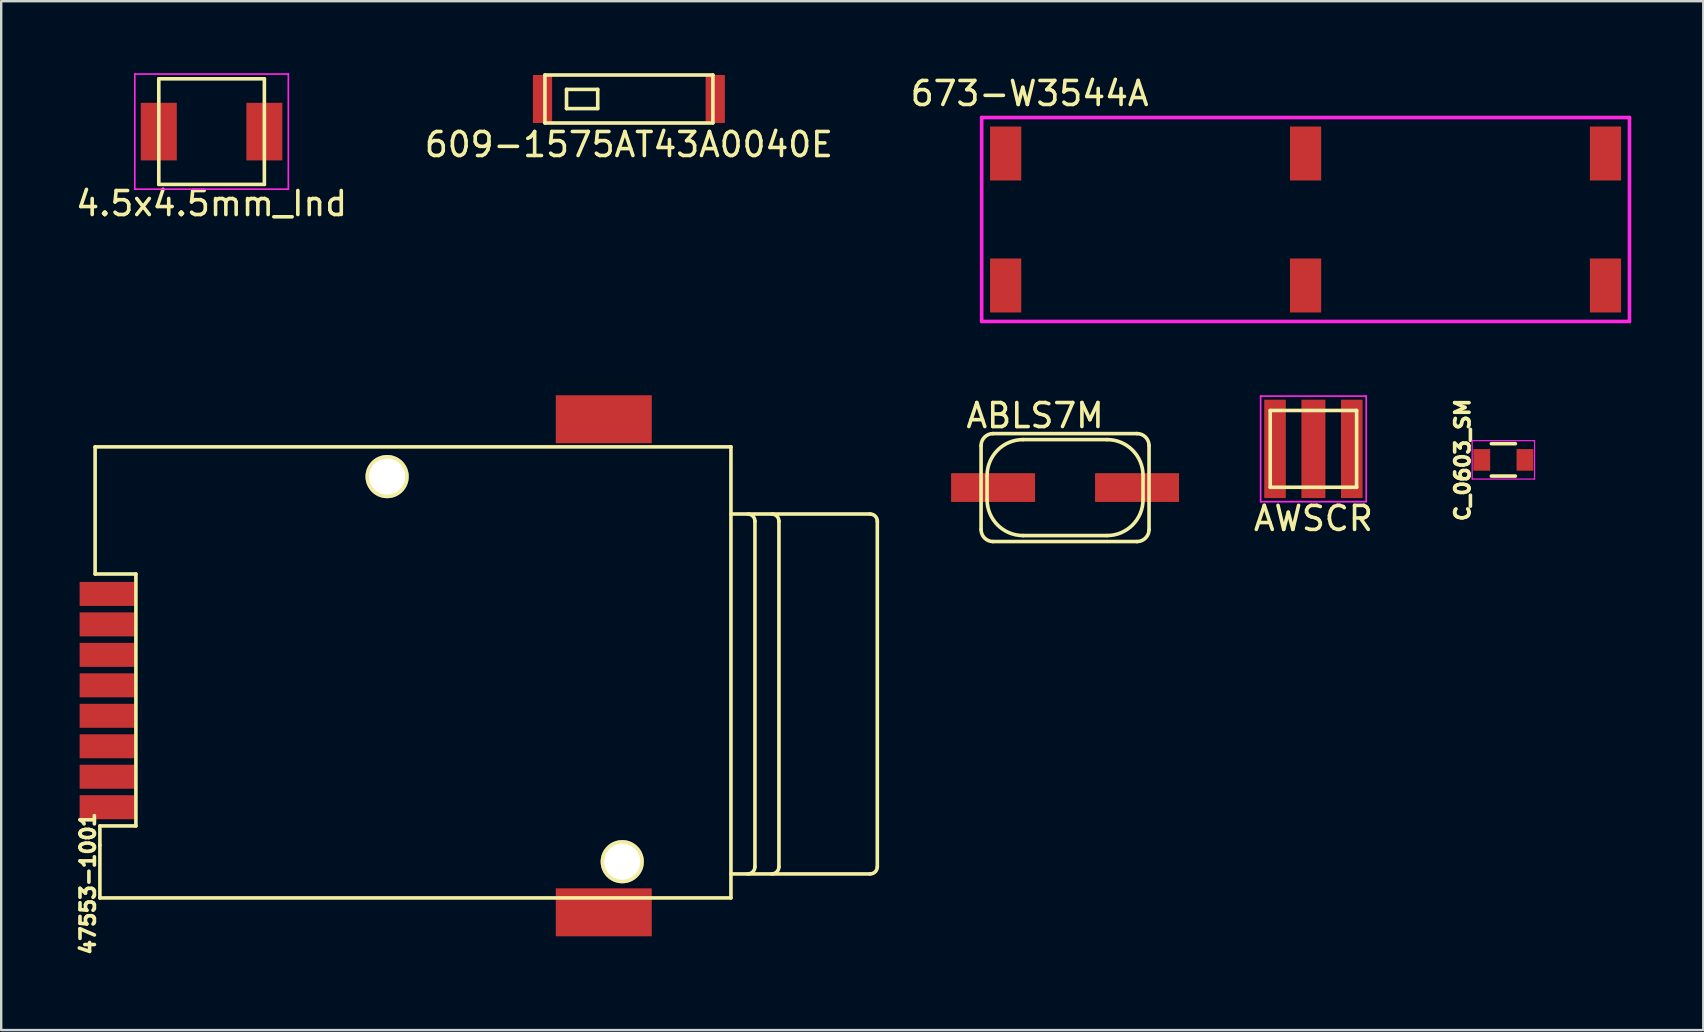
<source format=kicad_pcb>
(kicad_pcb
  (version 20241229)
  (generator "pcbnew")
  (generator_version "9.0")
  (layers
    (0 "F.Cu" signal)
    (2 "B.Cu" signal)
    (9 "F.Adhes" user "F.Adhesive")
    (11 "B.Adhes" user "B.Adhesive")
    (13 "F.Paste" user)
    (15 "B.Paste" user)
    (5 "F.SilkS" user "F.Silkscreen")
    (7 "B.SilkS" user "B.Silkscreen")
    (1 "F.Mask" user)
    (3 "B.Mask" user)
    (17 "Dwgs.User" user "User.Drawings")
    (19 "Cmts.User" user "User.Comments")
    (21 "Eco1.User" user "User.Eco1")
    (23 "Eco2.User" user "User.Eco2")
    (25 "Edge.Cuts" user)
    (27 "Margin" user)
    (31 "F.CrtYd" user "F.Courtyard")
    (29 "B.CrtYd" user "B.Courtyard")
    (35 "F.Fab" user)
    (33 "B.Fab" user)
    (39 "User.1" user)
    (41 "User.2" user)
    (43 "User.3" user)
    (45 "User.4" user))
  (footprint "C_0603_SM"
    (layer "F.Cu")
    (at 59.606 16.117)
    (property "Reference" "C_0603_SM" (at -1.7 0 90) (layer "F.SilkS") (effects (font (size 0.6 0.6) (thickness 0.15))))
    (attr smd)
    (fp_line (start -0.5 -0.675) (end 0.5 -0.675) (stroke (width 0.15) (type solid)) (layer "F.SilkS"))
    (fp_line (start 0.5 0.675) (end -0.5 0.675) (stroke (width 0.15) (type solid)) (layer "F.SilkS"))
    (fp_line (start -1.3 -0.8) (end -1.3 0.8) (stroke (width 0.05) (type solid)) (layer "F.CrtYd"))
    (fp_line (start -1.3 -0.8) (end 1.3 -0.8) (stroke (width 0.05) (type solid)) (layer "F.CrtYd"))
    (fp_line (start -1.3 0.8) (end 1.3 0.8) (stroke (width 0.05) (type solid)) (layer "F.CrtYd"))
    (fp_line (start 1.3 -0.8) (end 1.3 0.8) (stroke (width 0.05) (type solid)) (layer "F.CrtYd"))
    (pad "1" smd rect (at -0.9 0) (size 0.7 0.9) (layers "F.Cu" "F.Mask" "F.Paste"))
    (pad "2" smd rect (at 0.9 0) (size 0.7 0.9) (layers "F.Cu" "F.Mask" "F.Paste")))
  (footprint "ABLS7M"
    (layer "F.Cu")
    (at 41.339 17.271)
    (property "Reference" "ABLS7M" (at -1.25 -3 0) (layer "F.SilkS") (effects (font (size 1 1) (thickness 0.15))))
    (attr through_hole)
    (fp_line (start -3.5 -1.75) (end -3.5 1.75) (stroke (width 0.15) (type solid)) (layer "F.SilkS"))
    (fp_line (start -3.25 -0.5) (end -3.25 0.5) (stroke (width 0.15) (type solid)) (layer "F.SilkS"))
    (fp_line (start -3 2.25) (end 3 2.25) (stroke (width 0.15) (type solid)) (layer "F.SilkS"))
    (fp_line (start -1.75 2) (end 1.75 2) (stroke (width 0.15) (type solid)) (layer "F.SilkS"))
    (fp_line (start 1.75 -2) (end -1.75 -2) (stroke (width 0.15) (type solid)) (layer "F.SilkS"))
    (fp_line (start 3 -2.25) (end -3 -2.25) (stroke (width 0.15) (type solid)) (layer "F.SilkS"))
    (fp_line (start 3.25 0.5) (end 3.25 -0.5) (stroke (width 0.15) (type solid)) (layer "F.SilkS"))
    (fp_line (start 3.5 1.75) (end 3.5 -1.75) (stroke (width 0.15) (type solid)) (layer "F.SilkS"))
    (fp_arc (start -3.5 -1.75) (mid -3.353553 -2.103553) (end -3 -2.25) (stroke (width 0.15) (type solid)) (layer "F.SilkS"))
    (fp_arc (start -3.25 -0.5) (mid -2.81066 -1.56066) (end -1.75 -2) (stroke (width 0.15) (type solid)) (layer "F.SilkS"))
    (fp_arc (start -3 2.25) (mid -3.353553 2.103553) (end -3.5 1.75) (stroke (width 0.15) (type solid)) (layer "F.SilkS"))
    (fp_arc (start -1.75 2) (mid -2.81066 1.56066) (end -3.25 0.5) (stroke (width 0.15) (type solid)) (layer "F.SilkS"))
    (fp_arc (start 1.75 -2) (mid 2.81066 -1.56066) (end 3.25 -0.5) (stroke (width 0.15) (type solid)) (layer "F.SilkS"))
    (fp_arc (start 3 -2.25) (mid 3.353553 -2.103553) (end 3.5 -1.75) (stroke (width 0.15) (type solid)) (layer "F.SilkS"))
    (fp_arc (start 3.25 0.5) (mid 2.81066 1.56066) (end 1.75 2) (stroke (width 0.15) (type solid)) (layer "F.SilkS"))
    (fp_arc (start 3.5 1.75) (mid 3.353553 2.103553) (end 3 2.25) (stroke (width 0.15) (type solid)) (layer "F.SilkS"))
    (pad "1" smd rect (at -3 0) (size 3.5 1.2) (layers "F.Cu" "F.Mask" "F.Paste"))
    (pad "2" smd rect (at 3 0) (size 3.5 1.2) (layers "F.Cu" "F.Mask" "F.Paste")))
  (footprint "673-W3544A"
    (layer "F.Cu")
    (at 51.363 6.098)
    (property "Reference" "673-W3544A" (at -11.5 -5.25 0) (layer "F.SilkS") (effects (font (size 1 1) (thickness 0.15))))
    (attr through_hole)
    (fp_line (start -13.5 -4.25) (end 13.5 -4.25) (stroke (width 0.15) (type solid)) (layer "F.CrtYd"))
    (fp_line (start -13.5 4.25) (end -13.5 -4.25) (stroke (width 0.15) (type solid)) (layer "F.CrtYd"))
    (fp_line (start 13.5 -4.25) (end 13.5 4.25) (stroke (width 0.15) (type solid)) (layer "F.CrtYd"))
    (fp_line (start 13.5 4.25) (end -13.5 4.25) (stroke (width 0.15) (type solid)) (layer "F.CrtYd"))
    (pad "1" smd trapezoid (at -12.5 -2.75) (size 1.3 2.25) (layers "F.Cu" "F.Mask" "F.Paste"))
    (pad "2" smd trapezoid (at 0 -2.75) (size 1.3 2.25) (layers "F.Cu" "F.Mask" "F.Paste"))
    (pad "3" smd trapezoid (at 12.5 -2.75) (size 1.3 2.25) (layers "F.Cu" "F.Mask" "F.Paste"))
    (pad "4" smd trapezoid (at 12.5 2.75) (size 1.3 2.25) (layers "F.Cu" "F.Mask" "F.Paste"))
    (pad "5" smd trapezoid (at 0 2.75) (size 1.3 2.25) (layers "F.Cu" "F.Mask" "F.Paste"))
    (pad "6" smd trapezoid (at -12.5 2.75) (size 1.3 2.25) (layers "F.Cu" "F.Mask" "F.Paste")))
  (footprint "47553-1001"
    (layer "F.Cu")
    (at 14.914 24.873)
    (property "Reference" "47553-1001" (at -14.3 8.9 90) (layer "F.SilkS") (effects (font (size 0.6 0.6) (thickness 0.15))))
    (attr through_hole)
    (fp_line (start -14 -9.3) (end 12.5 -9.3) (stroke (width 0.15) (type solid)) (layer "F.SilkS"))
    (fp_line (start -14 -4) (end -14 -9.3) (stroke (width 0.15) (type solid)) (layer "F.SilkS"))
    (fp_line (start -13.8 6.5) (end -12.3 6.5) (stroke (width 0.15) (type solid)) (layer "F.SilkS"))
    (fp_line (start -13.8 7.3) (end -13.8 6.5) (stroke (width 0.15) (type solid)) (layer "F.SilkS"))
    (fp_line (start -13.8 9.5) (end -13.8 7.3) (stroke (width 0.15) (type solid)) (layer "F.SilkS"))
    (fp_line (start -13.8 9.5) (end 12.5 9.5) (stroke (width 0.15) (type solid)) (layer "F.SilkS"))
    (fp_line (start -12.3 -4) (end -14 -4) (stroke (width 0.15) (type solid)) (layer "F.SilkS"))
    (fp_line (start -12.3 6.5) (end -12.3 -4) (stroke (width 0.15) (type solid)) (layer "F.SilkS"))
    (fp_line (start 12.5 -9.3) (end 12.5 9.5) (stroke (width 0.15) (type solid)) (layer "F.SilkS"))
    (fp_line (start 13.5 8.2) (end 13.5 -6.2) (stroke (width 0.15) (type solid)) (layer "F.SilkS"))
    (fp_line (start 14.5 -6.2) (end 14.5 8.2) (stroke (width 0.15) (type solid)) (layer "F.SilkS"))
    (fp_line (start 18.3 -6.5) (end 12.5 -6.5) (stroke (width 0.15) (type solid)) (layer "F.SilkS"))
    (fp_line (start 18.3 8.5) (end 12.5 8.5) (stroke (width 0.15) (type solid)) (layer "F.SilkS"))
    (fp_line (start 18.6 8.2) (end 18.6 -6.2) (stroke (width 0.15) (type solid)) (layer "F.SilkS"))
    (fp_arc (start 13.2 -6.5) (mid 13.412132 -6.412132) (end 13.5 -6.2) (stroke (width 0.15) (type solid)) (layer "F.SilkS"))
    (fp_arc (start 13.5 8.2) (mid 13.412132 8.412132) (end 13.2 8.5) (stroke (width 0.15) (type solid)) (layer "F.SilkS"))
    (fp_arc (start 14.2 -6.5) (mid 14.412132 -6.412132) (end 14.5 -6.2) (stroke (width 0.15) (type solid)) (layer "F.SilkS"))
    (fp_arc (start 14.5 8.2) (mid 14.412132 8.412132) (end 14.2 8.5) (stroke (width 0.15) (type solid)) (layer "F.SilkS"))
    (fp_arc (start 18.3 -6.5) (mid 18.512132 -6.412132) (end 18.6 -6.2) (stroke (width 0.15) (type solid)) (layer "F.SilkS"))
    (fp_arc (start 18.6 8.2) (mid 18.512132 8.412132) (end 18.3 8.5) (stroke (width 0.15) (type solid)) (layer "F.SilkS"))
    (pad "" np_thru_hole circle (at -1.83 -8.06) (size 1.8 1.8) (drill 1.5) (layers "*.Cu" "*.Mask" "F.SilkS"))
    (pad "" np_thru_hole circle (at 7.97 7.99) (size 1.8 1.8) (drill 1.5) (layers "*.Cu" "*.Mask" "F.SilkS"))
    (pad "A" smd rect (at 7.2 -10.45) (size 4 2) (layers "F.Cu" "F.Mask" "F.Paste"))
    (pad "B" smd rect (at 7.2 10.1) (size 4 2) (layers "F.Cu" "F.Mask" "F.Paste"))
    (pad "C1" smd rect (at -13.495 -3.17) (size 2.3 1) (layers "F.Cu" "F.Mask" "F.Paste"))
    (pad "C2" smd rect (at -13.495 -0.63) (size 2.3 1) (layers "F.Cu" "F.Mask" "F.Paste"))
    (pad "C3" smd rect (at -13.495 1.91) (size 2.3 1) (layers "F.Cu" "F.Mask" "F.Paste"))
    (pad "C5" smd rect (at -13.495 -1.9) (size 2.3 1) (layers "F.Cu" "F.Mask" "F.Paste"))
    (pad "C6" smd rect (at -13.495 0.64) (size 2.3 1) (layers "F.Cu" "F.Mask" "F.Paste"))
    (pad "C7" smd rect (at -13.495 3.18) (size 2.3 1) (layers "F.Cu" "F.Mask" "F.Paste"))
    (pad "SW1" smd rect (at -13.495 4.45) (size 2.3 1) (layers "F.Cu" "F.Mask" "F.Paste"))
    (pad "SW2" smd rect (at -13.495 5.72) (size 2.3 1) (layers "F.Cu" "F.Mask" "F.Paste")))
  (footprint "609-1575AT43A0040E"
    (layer "F.Cu")
    (at 23.161 1.075)
    (property "Reference" "609-1575AT43A0040E" (at 0 1.9 0) (layer "F.SilkS") (effects (font (size 1 1) (thickness 0.15))))
    (attr through_hole)
    (fp_line (start -3.5 -1) (end -3.5 1) (stroke (width 0.15) (type solid)) (layer "F.SilkS"))
    (fp_line (start -3.5 1) (end 3.5 1) (stroke (width 0.15) (type solid)) (layer "F.SilkS"))
    (fp_line (start -2.6 -0.4) (end -2.6 0.4) (stroke (width 0.15) (type solid)) (layer "F.SilkS"))
    (fp_line (start -2.6 0.4) (end -1.3 0.4) (stroke (width 0.15) (type solid)) (layer "F.SilkS"))
    (fp_line (start -1.3 -0.4) (end -2.6 -0.4) (stroke (width 0.15) (type solid)) (layer "F.SilkS"))
    (fp_line (start -1.3 0.4) (end -1.3 -0.4) (stroke (width 0.15) (type solid)) (layer "F.SilkS"))
    (fp_line (start 3.5 -1) (end -3.5 -1) (stroke (width 0.15) (type solid)) (layer "F.SilkS"))
    (fp_line (start 3.5 1) (end 3.5 -1) (stroke (width 0.15) (type solid)) (layer "F.SilkS"))
    (pad "1" smd trapezoid (at -3.6 0) (size 0.8 2) (layers "F.Cu" "F.Mask" "F.Paste"))
    (pad "6" smd trapezoid (at 3.6 0) (size 0.8 2) (layers "F.Cu" "F.Mask" "F.Paste")))
  (footprint "4.5x4.5mm_Ind"
    (layer "F.Cu")
    (at 5.768 2.435)
    (property "Reference" "4.5x4.5mm_Ind" (at 0 3 0) (layer "F.SilkS") (effects (font (size 1 1) (thickness 0.15))))
    (attr through_hole)
    (fp_line (start -2.2 -2.2) (end 2.2 -2.2) (stroke (width 0.15) (type solid)) (layer "F.SilkS"))
    (fp_line (start -2.2 2.2) (end -2.2 -2.2) (stroke (width 0.15) (type solid)) (layer "F.SilkS"))
    (fp_line (start 2.2 -2.2) (end 2.2 2.2) (stroke (width 0.15) (type solid)) (layer "F.SilkS"))
    (fp_line (start 2.2 2.2) (end -2.2 2.2) (stroke (width 0.15) (type solid)) (layer "F.SilkS"))
    (fp_line (start -3.2 -2.4) (end 3.2 -2.4) (stroke (width 0.07) (type solid)) (layer "F.CrtYd"))
    (fp_line (start -3.2 2.4) (end -3.2 -2.4) (stroke (width 0.07) (type solid)) (layer "F.CrtYd"))
    (fp_line (start 3.2 -2.4) (end 3.2 2.4) (stroke (width 0.07) (type solid)) (layer "F.CrtYd"))
    (fp_line (start 3.2 2.4) (end -3.2 2.4) (stroke (width 0.07) (type solid)) (layer "F.CrtYd"))
    (pad "1" smd rect (at -2.2 0) (size 1.5 2.4) (layers "F.Cu" "F.Mask" "F.Paste"))
    (pad "2" smd rect (at 2.2 0) (size 1.5 2.4) (layers "F.Cu" "F.Mask" "F.Paste")))
  (footprint "AWSCR"
    (layer "F.Cu")
    (at 51.69 15.658)
    (property "Reference" "AWSCR" (at 0 2.9 0) (layer "F.SilkS") (effects (font (size 1 1) (thickness 0.15))))
    (attr through_hole)
    (fp_line (start -1.8 -1.6) (end -1.8 1.6) (stroke (width 0.15) (type solid)) (layer "F.SilkS"))
    (fp_line (start -1.8 1.6) (end 1.8 1.6) (stroke (width 0.15) (type solid)) (layer "F.SilkS"))
    (fp_line (start 1.8 -1.6) (end -1.8 -1.6) (stroke (width 0.15) (type solid)) (layer "F.SilkS"))
    (fp_line (start 1.8 1.6) (end 1.8 -1.6) (stroke (width 0.15) (type solid)) (layer "F.SilkS"))
    (fp_line (start -2.2 -2.2) (end 2.2 -2.2) (stroke (width 0.07) (type solid)) (layer "F.CrtYd"))
    (fp_line (start -2.2 2.2) (end -2.2 -2.2) (stroke (width 0.07) (type solid)) (layer "F.CrtYd"))
    (fp_line (start 2.2 -2.2) (end 2.2 2.2) (stroke (width 0.07) (type solid)) (layer "F.CrtYd"))
    (fp_line (start 2.2 2.2) (end -2.2 2.2) (stroke (width 0.07) (type solid)) (layer "F.CrtYd"))
    (pad "1" smd trapezoid (at -1.6 0) (size 0.9 4.1) (layers "F.Cu" "F.Mask" "F.Paste"))
    (pad "2" smd trapezoid (at 1.6 0) (size 0.9 4.1) (layers "F.Cu" "F.Mask" "F.Paste"))
    (pad "3" smd trapezoid (at 0 0) (size 1 4.1) (layers "F.Cu" "F.Mask" "F.Paste")))
  (gr_rect
    (start -3 -3)
    (end 67.938 39.881)
    (stroke (width 0.1) (type default))
    (fill no)
    (layer "Edge.Cuts")))
</source>
